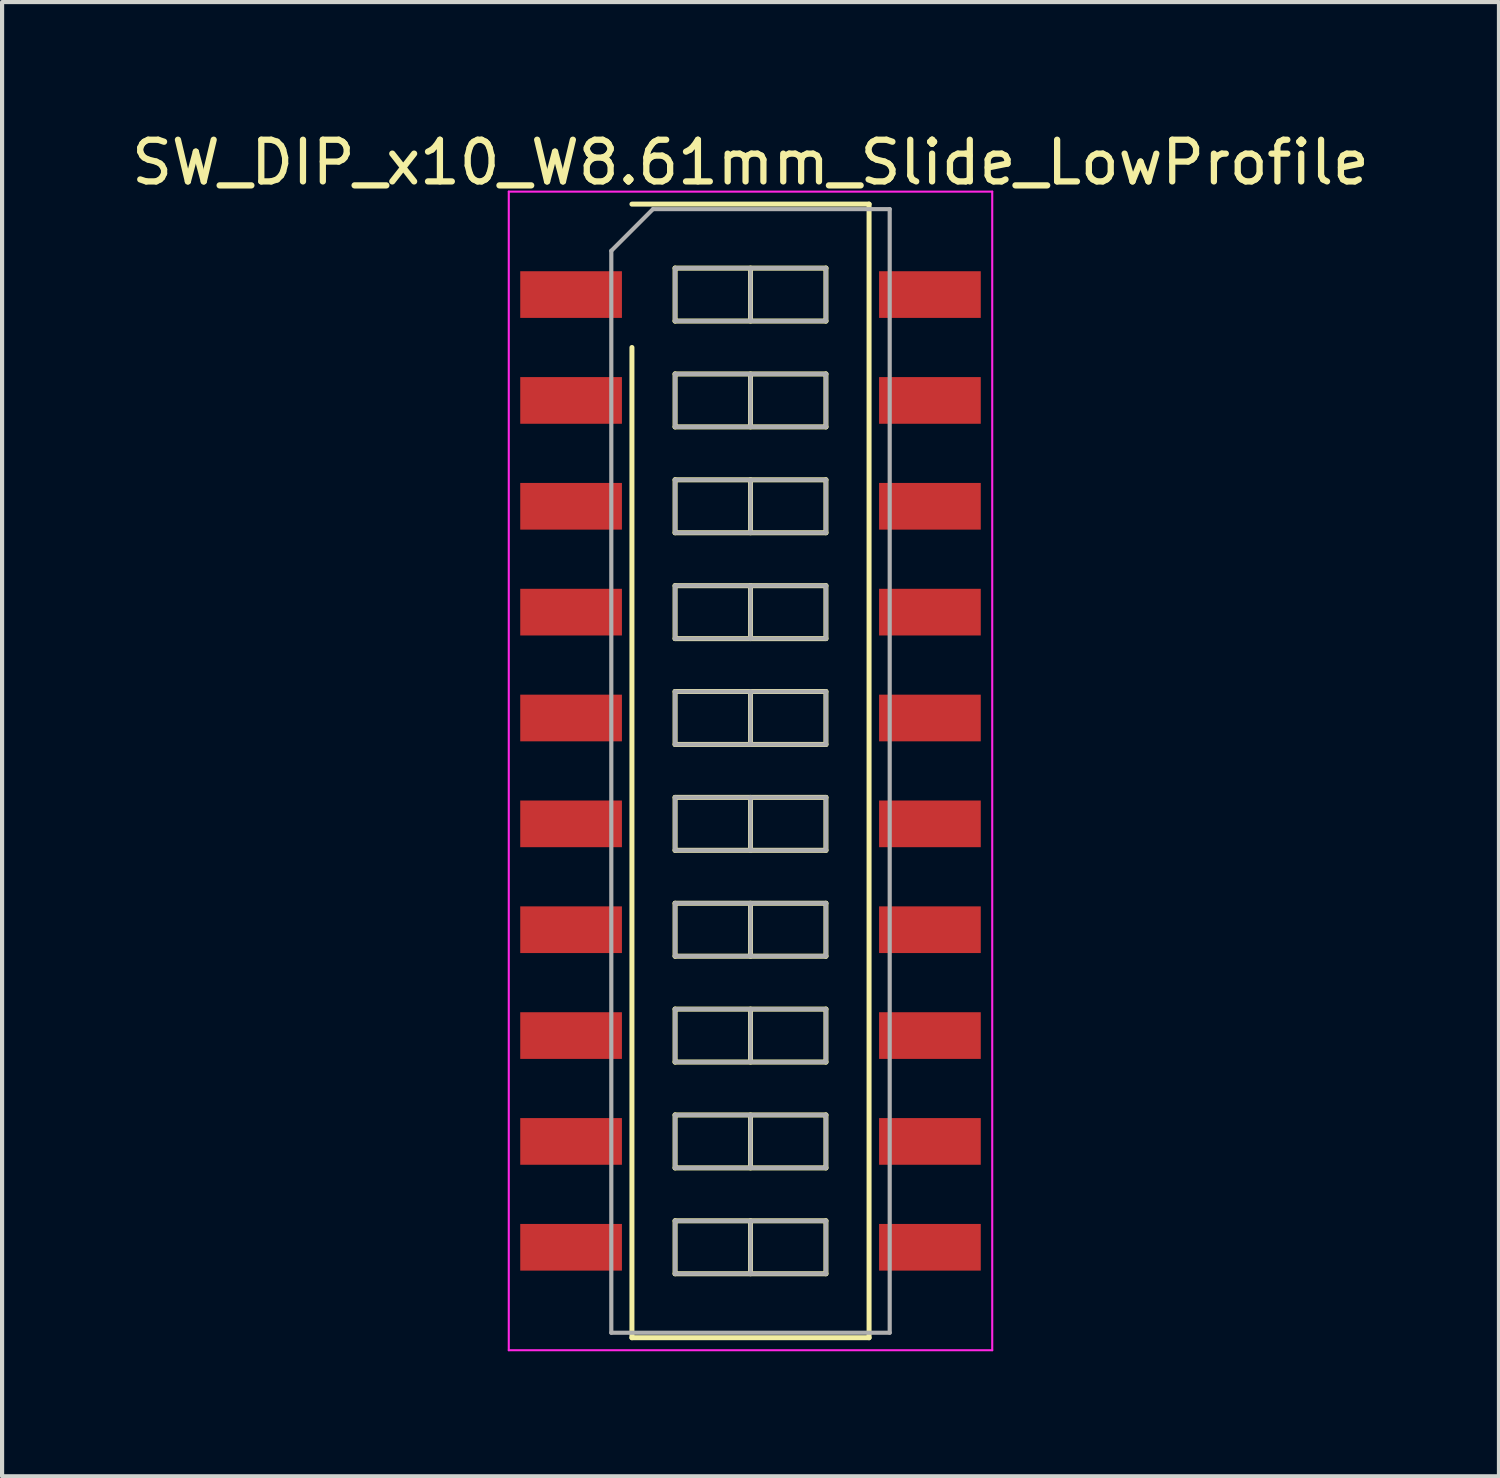
<source format=kicad_pcb>
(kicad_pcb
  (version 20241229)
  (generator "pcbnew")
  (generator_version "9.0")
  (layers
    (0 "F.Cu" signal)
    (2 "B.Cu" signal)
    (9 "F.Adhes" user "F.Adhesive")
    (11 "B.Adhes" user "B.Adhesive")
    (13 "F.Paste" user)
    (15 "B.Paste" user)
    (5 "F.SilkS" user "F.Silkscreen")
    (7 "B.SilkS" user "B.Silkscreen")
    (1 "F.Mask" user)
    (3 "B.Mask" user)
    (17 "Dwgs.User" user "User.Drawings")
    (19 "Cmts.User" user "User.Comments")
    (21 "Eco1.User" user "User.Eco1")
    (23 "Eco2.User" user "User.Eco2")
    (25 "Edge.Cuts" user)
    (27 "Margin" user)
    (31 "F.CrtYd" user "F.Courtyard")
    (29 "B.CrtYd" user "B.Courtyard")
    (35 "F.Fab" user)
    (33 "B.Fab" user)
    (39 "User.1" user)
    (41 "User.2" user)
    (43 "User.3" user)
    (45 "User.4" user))
  (footprint "SW_DIP_x10_W8.61mm_Slide_LowProfile"
    (layer "F.Cu")
    (at 14.958 15.448)
    (property "Reference" "SW_DIP_x10_W8.61mm_Slide_LowProfile" (at 0 -14.6 0) (layer "F.SilkS") (effects (font (size 1 1) (thickness 0.15))))
    (attr smd)
    (fp_line (start -2.845 -13.6) (end 2.845 -13.6) (stroke (width 0.12) (type solid)) (layer "F.SilkS"))
    (fp_line (start -2.845 13.6) (end -2.845 -10.16) (stroke (width 0.12) (type solid)) (layer "F.SilkS"))
    (fp_line (start -1.81 -12.065) (end -1.81 -10.795) (stroke (width 0.12) (type solid)) (layer "F.SilkS"))
    (fp_line (start -1.81 -10.795) (end 1.81 -10.795) (stroke (width 0.12) (type solid)) (layer "F.SilkS"))
    (fp_line (start -1.81 -9.525) (end -1.81 -8.255) (stroke (width 0.12) (type solid)) (layer "F.SilkS"))
    (fp_line (start -1.81 -8.255) (end 1.81 -8.255) (stroke (width 0.12) (type solid)) (layer "F.SilkS"))
    (fp_line (start -1.81 -6.985) (end -1.81 -5.715) (stroke (width 0.12) (type solid)) (layer "F.SilkS"))
    (fp_line (start -1.81 -5.715) (end 1.81 -5.715) (stroke (width 0.12) (type solid)) (layer "F.SilkS"))
    (fp_line (start -1.81 -4.445) (end -1.81 -3.175) (stroke (width 0.12) (type solid)) (layer "F.SilkS"))
    (fp_line (start -1.81 -3.175) (end 1.81 -3.175) (stroke (width 0.12) (type solid)) (layer "F.SilkS"))
    (fp_line (start -1.81 -1.905) (end -1.81 -0.635) (stroke (width 0.12) (type solid)) (layer "F.SilkS"))
    (fp_line (start -1.81 -0.635) (end 1.81 -0.635) (stroke (width 0.12) (type solid)) (layer "F.SilkS"))
    (fp_line (start -1.81 0.635) (end -1.81 1.905) (stroke (width 0.12) (type solid)) (layer "F.SilkS"))
    (fp_line (start -1.81 1.905) (end 1.81 1.905) (stroke (width 0.12) (type solid)) (layer "F.SilkS"))
    (fp_line (start -1.81 3.175) (end -1.81 4.445) (stroke (width 0.12) (type solid)) (layer "F.SilkS"))
    (fp_line (start -1.81 4.445) (end 1.81 4.445) (stroke (width 0.12) (type solid)) (layer "F.SilkS"))
    (fp_line (start -1.81 5.715) (end -1.81 6.985) (stroke (width 0.12) (type solid)) (layer "F.SilkS"))
    (fp_line (start -1.81 6.985) (end 1.81 6.985) (stroke (width 0.12) (type solid)) (layer "F.SilkS"))
    (fp_line (start -1.81 8.255) (end -1.81 9.525) (stroke (width 0.12) (type solid)) (layer "F.SilkS"))
    (fp_line (start -1.81 9.525) (end 1.81 9.525) (stroke (width 0.12) (type solid)) (layer "F.SilkS"))
    (fp_line (start -1.81 10.795) (end -1.81 12.065) (stroke (width 0.12) (type solid)) (layer "F.SilkS"))
    (fp_line (start -1.81 12.065) (end 1.81 12.065) (stroke (width 0.12) (type solid)) (layer "F.SilkS"))
    (fp_line (start 0 -12.065) (end 0 -10.795) (stroke (width 0.12) (type solid)) (layer "F.SilkS"))
    (fp_line (start 0 -9.525) (end 0 -8.255) (stroke (width 0.12) (type solid)) (layer "F.SilkS"))
    (fp_line (start 0 -6.985) (end 0 -5.715) (stroke (width 0.12) (type solid)) (layer "F.SilkS"))
    (fp_line (start 0 -4.445) (end 0 -3.175) (stroke (width 0.12) (type solid)) (layer "F.SilkS"))
    (fp_line (start 0 -1.905) (end 0 -0.635) (stroke (width 0.12) (type solid)) (layer "F.SilkS"))
    (fp_line (start 0 0.635) (end 0 1.905) (stroke (width 0.12) (type solid)) (layer "F.SilkS"))
    (fp_line (start 0 3.175) (end 0 4.445) (stroke (width 0.12) (type solid)) (layer "F.SilkS"))
    (fp_line (start 0 5.715) (end 0 6.985) (stroke (width 0.12) (type solid)) (layer "F.SilkS"))
    (fp_line (start 0 8.255) (end 0 9.525) (stroke (width 0.12) (type solid)) (layer "F.SilkS"))
    (fp_line (start 0 10.795) (end 0 12.065) (stroke (width 0.12) (type solid)) (layer "F.SilkS"))
    (fp_line (start 1.81 -12.065) (end -1.81 -12.065) (stroke (width 0.12) (type solid)) (layer "F.SilkS"))
    (fp_line (start 1.81 -10.795) (end 1.81 -12.065) (stroke (width 0.12) (type solid)) (layer "F.SilkS"))
    (fp_line (start 1.81 -9.525) (end -1.81 -9.525) (stroke (width 0.12) (type solid)) (layer "F.SilkS"))
    (fp_line (start 1.81 -8.255) (end 1.81 -9.525) (stroke (width 0.12) (type solid)) (layer "F.SilkS"))
    (fp_line (start 1.81 -6.985) (end -1.81 -6.985) (stroke (width 0.12) (type solid)) (layer "F.SilkS"))
    (fp_line (start 1.81 -5.715) (end 1.81 -6.985) (stroke (width 0.12) (type solid)) (layer "F.SilkS"))
    (fp_line (start 1.81 -4.445) (end -1.81 -4.445) (stroke (width 0.12) (type solid)) (layer "F.SilkS"))
    (fp_line (start 1.81 -3.175) (end 1.81 -4.445) (stroke (width 0.12) (type solid)) (layer "F.SilkS"))
    (fp_line (start 1.81 -1.905) (end -1.81 -1.905) (stroke (width 0.12) (type solid)) (layer "F.SilkS"))
    (fp_line (start 1.81 -0.635) (end 1.81 -1.905) (stroke (width 0.12) (type solid)) (layer "F.SilkS"))
    (fp_line (start 1.81 0.635) (end -1.81 0.635) (stroke (width 0.12) (type solid)) (layer "F.SilkS"))
    (fp_line (start 1.81 1.905) (end 1.81 0.635) (stroke (width 0.12) (type solid)) (layer "F.SilkS"))
    (fp_line (start 1.81 3.175) (end -1.81 3.175) (stroke (width 0.12) (type solid)) (layer "F.SilkS"))
    (fp_line (start 1.81 4.445) (end 1.81 3.175) (stroke (width 0.12) (type solid)) (layer "F.SilkS"))
    (fp_line (start 1.81 5.715) (end -1.81 5.715) (stroke (width 0.12) (type solid)) (layer "F.SilkS"))
    (fp_line (start 1.81 6.985) (end 1.81 5.715) (stroke (width 0.12) (type solid)) (layer "F.SilkS"))
    (fp_line (start 1.81 8.255) (end -1.81 8.255) (stroke (width 0.12) (type solid)) (layer "F.SilkS"))
    (fp_line (start 1.81 9.525) (end 1.81 8.255) (stroke (width 0.12) (type solid)) (layer "F.SilkS"))
    (fp_line (start 1.81 10.795) (end -1.81 10.795) (stroke (width 0.12) (type solid)) (layer "F.SilkS"))
    (fp_line (start 1.81 12.065) (end 1.81 10.795) (stroke (width 0.12) (type solid)) (layer "F.SilkS"))
    (fp_line (start 2.845 -13.6) (end 2.845 13.6) (stroke (width 0.12) (type solid)) (layer "F.SilkS"))
    (fp_line (start 2.845 13.6) (end -2.845 13.6) (stroke (width 0.12) (type solid)) (layer "F.SilkS"))
    (fp_line (start -5.8 -13.9) (end -5.8 13.9) (stroke (width 0.05) (type solid)) (layer "F.CrtYd"))
    (fp_line (start -5.8 13.9) (end 5.8 13.9) (stroke (width 0.05) (type solid)) (layer "F.CrtYd"))
    (fp_line (start 5.8 -13.9) (end -5.8 -13.9) (stroke (width 0.05) (type solid)) (layer "F.CrtYd"))
    (fp_line (start 5.8 13.9) (end 5.8 -13.9) (stroke (width 0.05) (type solid)) (layer "F.CrtYd"))
    (fp_line (start -3.34 -12.48) (end -2.34 -13.48) (stroke (width 0.1) (type solid)) (layer "F.Fab"))
    (fp_line (start -3.34 13.48) (end -3.34 -12.48) (stroke (width 0.1) (type solid)) (layer "F.Fab"))
    (fp_line (start -2.34 -13.48) (end 3.34 -13.48) (stroke (width 0.1) (type solid)) (layer "F.Fab"))
    (fp_line (start -1.81 -12.065) (end -1.81 -10.795) (stroke (width 0.1) (type solid)) (layer "F.Fab"))
    (fp_line (start -1.81 -10.795) (end 1.81 -10.795) (stroke (width 0.1) (type solid)) (layer "F.Fab"))
    (fp_line (start -1.81 -9.525) (end -1.81 -8.255) (stroke (width 0.1) (type solid)) (layer "F.Fab"))
    (fp_line (start -1.81 -8.255) (end 1.81 -8.255) (stroke (width 0.1) (type solid)) (layer "F.Fab"))
    (fp_line (start -1.81 -6.985) (end -1.81 -5.715) (stroke (width 0.1) (type solid)) (layer "F.Fab"))
    (fp_line (start -1.81 -5.715) (end 1.81 -5.715) (stroke (width 0.1) (type solid)) (layer "F.Fab"))
    (fp_line (start -1.81 -4.445) (end -1.81 -3.175) (stroke (width 0.1) (type solid)) (layer "F.Fab"))
    (fp_line (start -1.81 -3.175) (end 1.81 -3.175) (stroke (width 0.1) (type solid)) (layer "F.Fab"))
    (fp_line (start -1.81 -1.905) (end -1.81 -0.635) (stroke (width 0.1) (type solid)) (layer "F.Fab"))
    (fp_line (start -1.81 -0.635) (end 1.81 -0.635) (stroke (width 0.1) (type solid)) (layer "F.Fab"))
    (fp_line (start -1.81 0.635) (end -1.81 1.905) (stroke (width 0.1) (type solid)) (layer "F.Fab"))
    (fp_line (start -1.81 1.905) (end 1.81 1.905) (stroke (width 0.1) (type solid)) (layer "F.Fab"))
    (fp_line (start -1.81 3.175) (end -1.81 4.445) (stroke (width 0.1) (type solid)) (layer "F.Fab"))
    (fp_line (start -1.81 4.445) (end 1.81 4.445) (stroke (width 0.1) (type solid)) (layer "F.Fab"))
    (fp_line (start -1.81 5.715) (end -1.81 6.985) (stroke (width 0.1) (type solid)) (layer "F.Fab"))
    (fp_line (start -1.81 6.985) (end 1.81 6.985) (stroke (width 0.1) (type solid)) (layer "F.Fab"))
    (fp_line (start -1.81 8.255) (end -1.81 9.525) (stroke (width 0.1) (type solid)) (layer "F.Fab"))
    (fp_line (start -1.81 9.525) (end 1.81 9.525) (stroke (width 0.1) (type solid)) (layer "F.Fab"))
    (fp_line (start -1.81 10.795) (end -1.81 12.065) (stroke (width 0.1) (type solid)) (layer "F.Fab"))
    (fp_line (start -1.81 12.065) (end 1.81 12.065) (stroke (width 0.1) (type solid)) (layer "F.Fab"))
    (fp_line (start 0 -12.065) (end 0 -10.795) (stroke (width 0.1) (type solid)) (layer "F.Fab"))
    (fp_line (start 0 -9.525) (end 0 -8.255) (stroke (width 0.1) (type solid)) (layer "F.Fab"))
    (fp_line (start 0 -6.985) (end 0 -5.715) (stroke (width 0.1) (type solid)) (layer "F.Fab"))
    (fp_line (start 0 -4.445) (end 0 -3.175) (stroke (width 0.1) (type solid)) (layer "F.Fab"))
    (fp_line (start 0 -1.905) (end 0 -0.635) (stroke (width 0.1) (type solid)) (layer "F.Fab"))
    (fp_line (start 0 0.635) (end 0 1.905) (stroke (width 0.1) (type solid)) (layer "F.Fab"))
    (fp_line (start 0 3.175) (end 0 4.445) (stroke (width 0.1) (type solid)) (layer "F.Fab"))
    (fp_line (start 0 5.715) (end 0 6.985) (stroke (width 0.1) (type solid)) (layer "F.Fab"))
    (fp_line (start 0 8.255) (end 0 9.525) (stroke (width 0.1) (type solid)) (layer "F.Fab"))
    (fp_line (start 0 10.795) (end 0 12.065) (stroke (width 0.1) (type solid)) (layer "F.Fab"))
    (fp_line (start 1.81 -12.065) (end -1.81 -12.065) (stroke (width 0.1) (type solid)) (layer "F.Fab"))
    (fp_line (start 1.81 -10.795) (end 1.81 -12.065) (stroke (width 0.1) (type solid)) (layer "F.Fab"))
    (fp_line (start 1.81 -9.525) (end -1.81 -9.525) (stroke (width 0.1) (type solid)) (layer "F.Fab"))
    (fp_line (start 1.81 -8.255) (end 1.81 -9.525) (stroke (width 0.1) (type solid)) (layer "F.Fab"))
    (fp_line (start 1.81 -6.985) (end -1.81 -6.985) (stroke (width 0.1) (type solid)) (layer "F.Fab"))
    (fp_line (start 1.81 -5.715) (end 1.81 -6.985) (stroke (width 0.1) (type solid)) (layer "F.Fab"))
    (fp_line (start 1.81 -4.445) (end -1.81 -4.445) (stroke (width 0.1) (type solid)) (layer "F.Fab"))
    (fp_line (start 1.81 -3.175) (end 1.81 -4.445) (stroke (width 0.1) (type solid)) (layer "F.Fab"))
    (fp_line (start 1.81 -1.905) (end -1.81 -1.905) (stroke (width 0.1) (type solid)) (layer "F.Fab"))
    (fp_line (start 1.81 -0.635) (end 1.81 -1.905) (stroke (width 0.1) (type solid)) (layer "F.Fab"))
    (fp_line (start 1.81 0.635) (end -1.81 0.635) (stroke (width 0.1) (type solid)) (layer "F.Fab"))
    (fp_line (start 1.81 1.905) (end 1.81 0.635) (stroke (width 0.1) (type solid)) (layer "F.Fab"))
    (fp_line (start 1.81 3.175) (end -1.81 3.175) (stroke (width 0.1) (type solid)) (layer "F.Fab"))
    (fp_line (start 1.81 4.445) (end 1.81 3.175) (stroke (width 0.1) (type solid)) (layer "F.Fab"))
    (fp_line (start 1.81 5.715) (end -1.81 5.715) (stroke (width 0.1) (type solid)) (layer "F.Fab"))
    (fp_line (start 1.81 6.985) (end 1.81 5.715) (stroke (width 0.1) (type solid)) (layer "F.Fab"))
    (fp_line (start 1.81 8.255) (end -1.81 8.255) (stroke (width 0.1) (type solid)) (layer "F.Fab"))
    (fp_line (start 1.81 9.525) (end 1.81 8.255) (stroke (width 0.1) (type solid)) (layer "F.Fab"))
    (fp_line (start 1.81 10.795) (end -1.81 10.795) (stroke (width 0.1) (type solid)) (layer "F.Fab"))
    (fp_line (start 1.81 12.065) (end 1.81 10.795) (stroke (width 0.1) (type solid)) (layer "F.Fab"))
    (fp_line (start 3.34 -13.48) (end 3.34 13.48) (stroke (width 0.1) (type solid)) (layer "F.Fab"))
    (fp_line (start 3.34 13.48) (end -3.34 13.48) (stroke (width 0.1) (type solid)) (layer "F.Fab"))
    (pad "1" smd rect (at -4.305 -11.43) (size 2.44 1.12) (layers "F.Cu" "F.Mask"))
    (pad "2" smd rect (at -4.305 -8.89) (size 2.44 1.12) (layers "F.Cu" "F.Mask"))
    (pad "3" smd rect (at -4.305 -6.35) (size 2.44 1.12) (layers "F.Cu" "F.Mask"))
    (pad "4" smd rect (at -4.305 -3.81) (size 2.44 1.12) (layers "F.Cu" "F.Mask"))
    (pad "5" smd rect (at -4.305 -1.27) (size 2.44 1.12) (layers "F.Cu" "F.Mask"))
    (pad "6" smd rect (at -4.305 1.27) (size 2.44 1.12) (layers "F.Cu" "F.Mask"))
    (pad "7" smd rect (at -4.305 3.81) (size 2.44 1.12) (layers "F.Cu" "F.Mask"))
    (pad "8" smd rect (at -4.305 6.35) (size 2.44 1.12) (layers "F.Cu" "F.Mask"))
    (pad "9" smd rect (at -4.305 8.89) (size 2.44 1.12) (layers "F.Cu" "F.Mask"))
    (pad "10" smd rect (at -4.305 11.43) (size 2.44 1.12) (layers "F.Cu" "F.Mask"))
    (pad "11" smd rect (at 4.305 11.43) (size 2.44 1.12) (layers "F.Cu" "F.Mask"))
    (pad "12" smd rect (at 4.305 8.89) (size 2.44 1.12) (layers "F.Cu" "F.Mask"))
    (pad "13" smd rect (at 4.305 6.35) (size 2.44 1.12) (layers "F.Cu" "F.Mask"))
    (pad "14" smd rect (at 4.305 3.81) (size 2.44 1.12) (layers "F.Cu" "F.Mask"))
    (pad "15" smd rect (at 4.305 1.27) (size 2.44 1.12) (layers "F.Cu" "F.Mask"))
    (pad "16" smd rect (at 4.305 -1.27) (size 2.44 1.12) (layers "F.Cu" "F.Mask"))
    (pad "17" smd rect (at 4.305 -3.81) (size 2.44 1.12) (layers "F.Cu" "F.Mask"))
    (pad "18" smd rect (at 4.305 -6.35) (size 2.44 1.12) (layers "F.Cu" "F.Mask"))
    (pad "19" smd rect (at 4.305 -8.89) (size 2.44 1.12) (layers "F.Cu" "F.Mask"))
    (pad "20" smd rect (at 4.305 -11.43) (size 2.44 1.12) (layers "F.Cu" "F.Mask")))
  (gr_rect
    (start -3 -3)
    (end 32.917 32.373)
    (stroke (width 0.1) (type default))
    (fill no)
    (layer "Edge.Cuts")))
</source>
